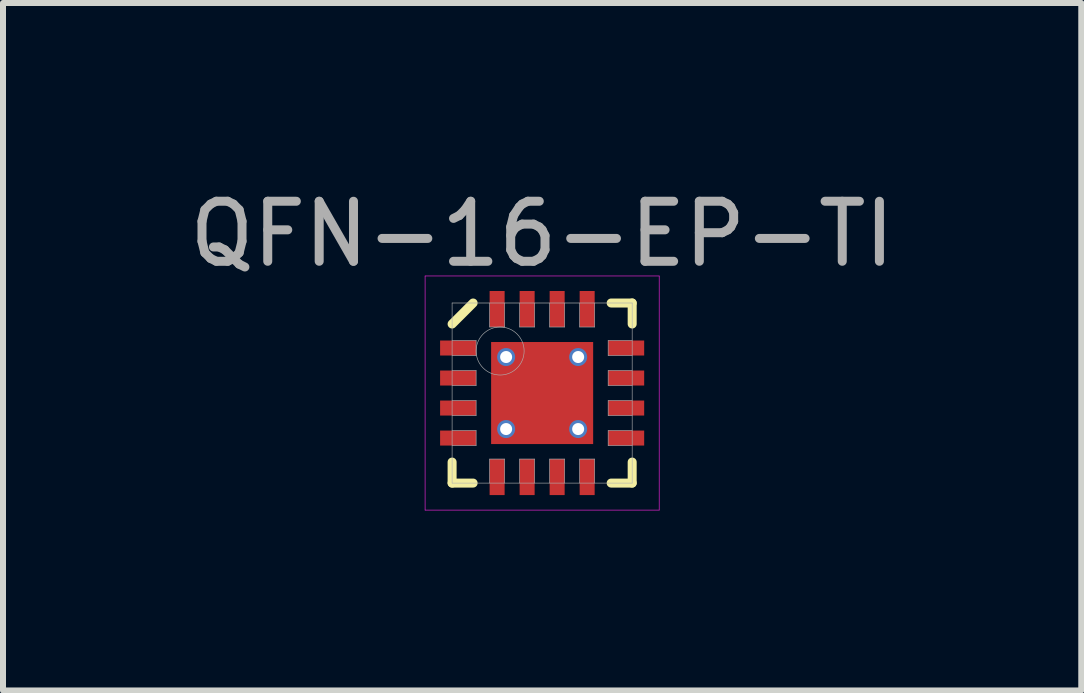
<source format=kicad_pcb>
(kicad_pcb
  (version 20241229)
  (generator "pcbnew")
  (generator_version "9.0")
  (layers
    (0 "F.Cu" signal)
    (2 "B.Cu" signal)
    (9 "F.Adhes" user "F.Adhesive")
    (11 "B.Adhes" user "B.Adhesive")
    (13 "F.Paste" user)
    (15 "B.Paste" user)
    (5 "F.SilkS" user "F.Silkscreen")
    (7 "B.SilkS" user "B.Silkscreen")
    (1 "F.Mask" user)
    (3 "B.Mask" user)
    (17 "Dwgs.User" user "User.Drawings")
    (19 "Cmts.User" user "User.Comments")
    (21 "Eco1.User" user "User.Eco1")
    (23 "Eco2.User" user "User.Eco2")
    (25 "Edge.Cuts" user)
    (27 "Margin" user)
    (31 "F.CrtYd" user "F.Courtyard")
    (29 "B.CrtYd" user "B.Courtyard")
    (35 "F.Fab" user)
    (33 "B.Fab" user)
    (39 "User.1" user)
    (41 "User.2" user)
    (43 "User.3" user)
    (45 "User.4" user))
  (footprint "QFN-16-EP-TI"
    (layer "F.Cu")
    (at 5.982 3.498)
    (property "Reference" "QFN-16-EP-TI" (at 0 -2.65 0) (layer "F.Fab") (effects (font (size 1 1) (thickness 0.15))))
    (attr through_hole)
    (fp_line (start -1.5 -1.15) (end -1.15 -1.5) (stroke (width 0.15) (type solid)) (layer "F.SilkS"))
    (fp_line (start -1.5 1.5) (end -1.5 1.15) (stroke (width 0.15) (type solid)) (layer "F.SilkS"))
    (fp_line (start -1.15 1.5) (end -1.5 1.5) (stroke (width 0.15) (type solid)) (layer "F.SilkS"))
    (fp_line (start 1.15 -1.5) (end 1.5 -1.5) (stroke (width 0.15) (type solid)) (layer "F.SilkS"))
    (fp_line (start 1.15 1.5) (end 1.5 1.5) (stroke (width 0.15) (type solid)) (layer "F.SilkS"))
    (fp_line (start 1.5 -1.5) (end 1.5 -1.15) (stroke (width 0.15) (type solid)) (layer "F.SilkS"))
    (fp_line (start 1.5 1.5) (end 1.5 1.15) (stroke (width 0.15) (type solid)) (layer "F.SilkS"))
    (fp_line (start -1.95 -1.95) (end 1.95 -1.95) (stroke (width 0.01) (type solid)) (layer "F.CrtYd"))
    (fp_line (start -1.95 1.95) (end -1.95 -1.95) (stroke (width 0.01) (type solid)) (layer "F.CrtYd"))
    (fp_line (start 1.95 -1.95) (end 1.95 1.95) (stroke (width 0.01) (type solid)) (layer "F.CrtYd"))
    (fp_line (start 1.95 1.95) (end -1.95 1.95) (stroke (width 0.01) (type solid)) (layer "F.CrtYd"))
    (fp_line (start -1.5 -1.5) (end 1.5 -1.5) (stroke (width 0.01) (type solid)) (layer "F.Fab"))
    (fp_line (start -1.5 -0.625) (end -1.1 -0.625) (stroke (width 0.01) (type solid)) (layer "F.Fab"))
    (fp_line (start -1.5 -0.125) (end -1.1 -0.125) (stroke (width 0.01) (type solid)) (layer "F.Fab"))
    (fp_line (start -1.5 0.375) (end -1.1 0.375) (stroke (width 0.01) (type solid)) (layer "F.Fab"))
    (fp_line (start -1.5 0.875) (end -1.1 0.875) (stroke (width 0.01) (type solid)) (layer "F.Fab"))
    (fp_line (start -1.5 1.5) (end -1.5 -1.5) (stroke (width 0.01) (type solid)) (layer "F.Fab"))
    (fp_line (start -1.1 -0.875) (end -1.5 -0.875) (stroke (width 0.01) (type solid)) (layer "F.Fab"))
    (fp_line (start -1.1 -0.625) (end -1.1 -0.875) (stroke (width 0.01) (type solid)) (layer "F.Fab"))
    (fp_line (start -1.1 -0.375) (end -1.5 -0.375) (stroke (width 0.01) (type solid)) (layer "F.Fab"))
    (fp_line (start -1.1 -0.125) (end -1.1 -0.375) (stroke (width 0.01) (type solid)) (layer "F.Fab"))
    (fp_line (start -1.1 0.125) (end -1.5 0.125) (stroke (width 0.01) (type solid)) (layer "F.Fab"))
    (fp_line (start -1.1 0.375) (end -1.1 0.125) (stroke (width 0.01) (type solid)) (layer "F.Fab"))
    (fp_line (start -1.1 0.625) (end -1.5 0.625) (stroke (width 0.01) (type solid)) (layer "F.Fab"))
    (fp_line (start -1.1 0.875) (end -1.1 0.625) (stroke (width 0.01) (type solid)) (layer "F.Fab"))
    (fp_line (start -0.875 -1.5) (end -0.875 -1.1) (stroke (width 0.01) (type solid)) (layer "F.Fab"))
    (fp_line (start -0.875 -1.1) (end -0.625 -1.1) (stroke (width 0.01) (type solid)) (layer "F.Fab"))
    (fp_line (start -0.875 1.1) (end -0.875 1.5) (stroke (width 0.01) (type solid)) (layer "F.Fab"))
    (fp_line (start -0.625 -1.1) (end -0.625 -1.5) (stroke (width 0.01) (type solid)) (layer "F.Fab"))
    (fp_line (start -0.625 1.1) (end -0.875 1.1) (stroke (width 0.01) (type solid)) (layer "F.Fab"))
    (fp_line (start -0.625 1.5) (end -0.625 1.1) (stroke (width 0.01) (type solid)) (layer "F.Fab"))
    (fp_line (start -0.375 -1.5) (end -0.375 -1.1) (stroke (width 0.01) (type solid)) (layer "F.Fab"))
    (fp_line (start -0.375 -1.1) (end -0.125 -1.1) (stroke (width 0.01) (type solid)) (layer "F.Fab"))
    (fp_line (start -0.375 1.1) (end -0.375 1.5) (stroke (width 0.01) (type solid)) (layer "F.Fab"))
    (fp_line (start -0.125 -1.1) (end -0.125 -1.5) (stroke (width 0.01) (type solid)) (layer "F.Fab"))
    (fp_line (start -0.125 1.1) (end -0.375 1.1) (stroke (width 0.01) (type solid)) (layer "F.Fab"))
    (fp_line (start -0.125 1.5) (end -0.125 1.1) (stroke (width 0.01) (type solid)) (layer "F.Fab"))
    (fp_line (start 0.125 -1.5) (end 0.125 -1.1) (stroke (width 0.01) (type solid)) (layer "F.Fab"))
    (fp_line (start 0.125 -1.1) (end 0.375 -1.1) (stroke (width 0.01) (type solid)) (layer "F.Fab"))
    (fp_line (start 0.125 1.1) (end 0.125 1.5) (stroke (width 0.01) (type solid)) (layer "F.Fab"))
    (fp_line (start 0.375 -1.1) (end 0.375 -1.5) (stroke (width 0.01) (type solid)) (layer "F.Fab"))
    (fp_line (start 0.375 1.1) (end 0.125 1.1) (stroke (width 0.01) (type solid)) (layer "F.Fab"))
    (fp_line (start 0.375 1.5) (end 0.375 1.1) (stroke (width 0.01) (type solid)) (layer "F.Fab"))
    (fp_line (start 0.625 -1.5) (end 0.625 -1.1) (stroke (width 0.01) (type solid)) (layer "F.Fab"))
    (fp_line (start 0.625 -1.1) (end 0.875 -1.1) (stroke (width 0.01) (type solid)) (layer "F.Fab"))
    (fp_line (start 0.625 1.1) (end 0.625 1.5) (stroke (width 0.01) (type solid)) (layer "F.Fab"))
    (fp_line (start 0.875 -1.1) (end 0.875 -1.5) (stroke (width 0.01) (type solid)) (layer "F.Fab"))
    (fp_line (start 0.875 1.1) (end 0.625 1.1) (stroke (width 0.01) (type solid)) (layer "F.Fab"))
    (fp_line (start 0.875 1.5) (end 0.875 1.1) (stroke (width 0.01) (type solid)) (layer "F.Fab"))
    (fp_line (start 1.1 -0.875) (end 1.1 -0.625) (stroke (width 0.01) (type solid)) (layer "F.Fab"))
    (fp_line (start 1.1 -0.625) (end 1.5 -0.625) (stroke (width 0.01) (type solid)) (layer "F.Fab"))
    (fp_line (start 1.1 -0.375) (end 1.1 -0.125) (stroke (width 0.01) (type solid)) (layer "F.Fab"))
    (fp_line (start 1.1 -0.125) (end 1.5 -0.125) (stroke (width 0.01) (type solid)) (layer "F.Fab"))
    (fp_line (start 1.1 0.125) (end 1.1 0.375) (stroke (width 0.01) (type solid)) (layer "F.Fab"))
    (fp_line (start 1.1 0.375) (end 1.5 0.375) (stroke (width 0.01) (type solid)) (layer "F.Fab"))
    (fp_line (start 1.1 0.625) (end 1.1 0.875) (stroke (width 0.01) (type solid)) (layer "F.Fab"))
    (fp_line (start 1.1 0.875) (end 1.5 0.875) (stroke (width 0.01) (type solid)) (layer "F.Fab"))
    (fp_line (start 1.5 -1.5) (end 1.5 1.5) (stroke (width 0.01) (type solid)) (layer "F.Fab"))
    (fp_line (start 1.5 -0.875) (end 1.1 -0.875) (stroke (width 0.01) (type solid)) (layer "F.Fab"))
    (fp_line (start 1.5 -0.375) (end 1.1 -0.375) (stroke (width 0.01) (type solid)) (layer "F.Fab"))
    (fp_line (start 1.5 0.125) (end 1.1 0.125) (stroke (width 0.01) (type solid)) (layer "F.Fab"))
    (fp_line (start 1.5 0.625) (end 1.1 0.625) (stroke (width 0.01) (type solid)) (layer "F.Fab"))
    (fp_line (start 1.5 1.5) (end -1.5 1.5) (stroke (width 0.01) (type solid)) (layer "F.Fab"))
    (fp_circle (center -0.7 -0.7) (end -0.7 -0.3) (stroke (width 0.01) (type solid)) (fill no) (layer "F.Fab"))
    (pad "" smd rect (at 0 0) (size 1.5 1.5) (layers "F.Paste"))
    (pad "1" smd rect (at -1.4 -0.75) (size 0.6 0.25) (layers "F.Cu" "F.Mask" "F.Paste"))
    (pad "2" smd rect (at -1.4 -0.25) (size 0.6 0.25) (layers "F.Cu" "F.Mask" "F.Paste"))
    (pad "3" smd rect (at -1.4 0.25) (size 0.6 0.25) (layers "F.Cu" "F.Mask" "F.Paste"))
    (pad "4" smd rect (at -1.4 0.75) (size 0.6 0.25) (layers "F.Cu" "F.Mask" "F.Paste"))
    (pad "5" smd rect (at -0.75 1.4) (size 0.25 0.6) (layers "F.Cu" "F.Mask" "F.Paste"))
    (pad "6" smd rect (at -0.25 1.4) (size 0.25 0.6) (layers "F.Cu" "F.Mask" "F.Paste"))
    (pad "7" smd rect (at 0.25 1.4) (size 0.25 0.6) (layers "F.Cu" "F.Mask" "F.Paste"))
    (pad "8" smd rect (at 0.75 1.4) (size 0.25 0.6) (layers "F.Cu" "F.Mask" "F.Paste"))
    (pad "9" smd rect (at 1.4 0.75) (size 0.6 0.25) (layers "F.Cu" "F.Mask" "F.Paste"))
    (pad "10" smd rect (at 1.4 0.25) (size 0.6 0.25) (layers "F.Cu" "F.Mask" "F.Paste"))
    (pad "11" smd rect (at 1.4 -0.25) (size 0.6 0.25) (layers "F.Cu" "F.Mask" "F.Paste"))
    (pad "12" smd rect (at 1.4 -0.75) (size 0.6 0.25) (layers "F.Cu" "F.Mask" "F.Paste"))
    (pad "13" smd rect (at 0.75 -1.4) (size 0.25 0.6) (layers "F.Cu" "F.Mask" "F.Paste"))
    (pad "14" smd rect (at 0.25 -1.4) (size 0.25 0.6) (layers "F.Cu" "F.Mask" "F.Paste"))
    (pad "15" smd rect (at -0.25 -1.4) (size 0.25 0.6) (layers "F.Cu" "F.Mask" "F.Paste"))
    (pad "16" smd rect (at -0.75 -1.4) (size 0.25 0.6) (layers "F.Cu" "F.Mask" "F.Paste"))
    (pad "EP" thru_hole circle (at -0.6 -0.6) (size 0.3 0.3) (drill 0.2) (layers "*.Cu"))
    (pad "EP" thru_hole circle (at -0.6 0.6) (size 0.3 0.3) (drill 0.2) (layers "*.Cu"))
    (pad "EP" smd rect (at 0 0) (size 1.7 1.7) (layers "F.Cu" "F.Mask"))
    (pad "EP" thru_hole circle (at 0.6 -0.6) (size 0.3 0.3) (drill 0.2) (layers "*.Cu"))
    (pad "EP" thru_hole circle (at 0.6 0.6) (size 0.3 0.3) (drill 0.2) (layers "*.Cu")))
  (gr_rect
    (start -3 -3)
    (end 14.964 8.453)
    (stroke (width 0.1) (type default))
    (fill no)
    (layer "Edge.Cuts")))
</source>
